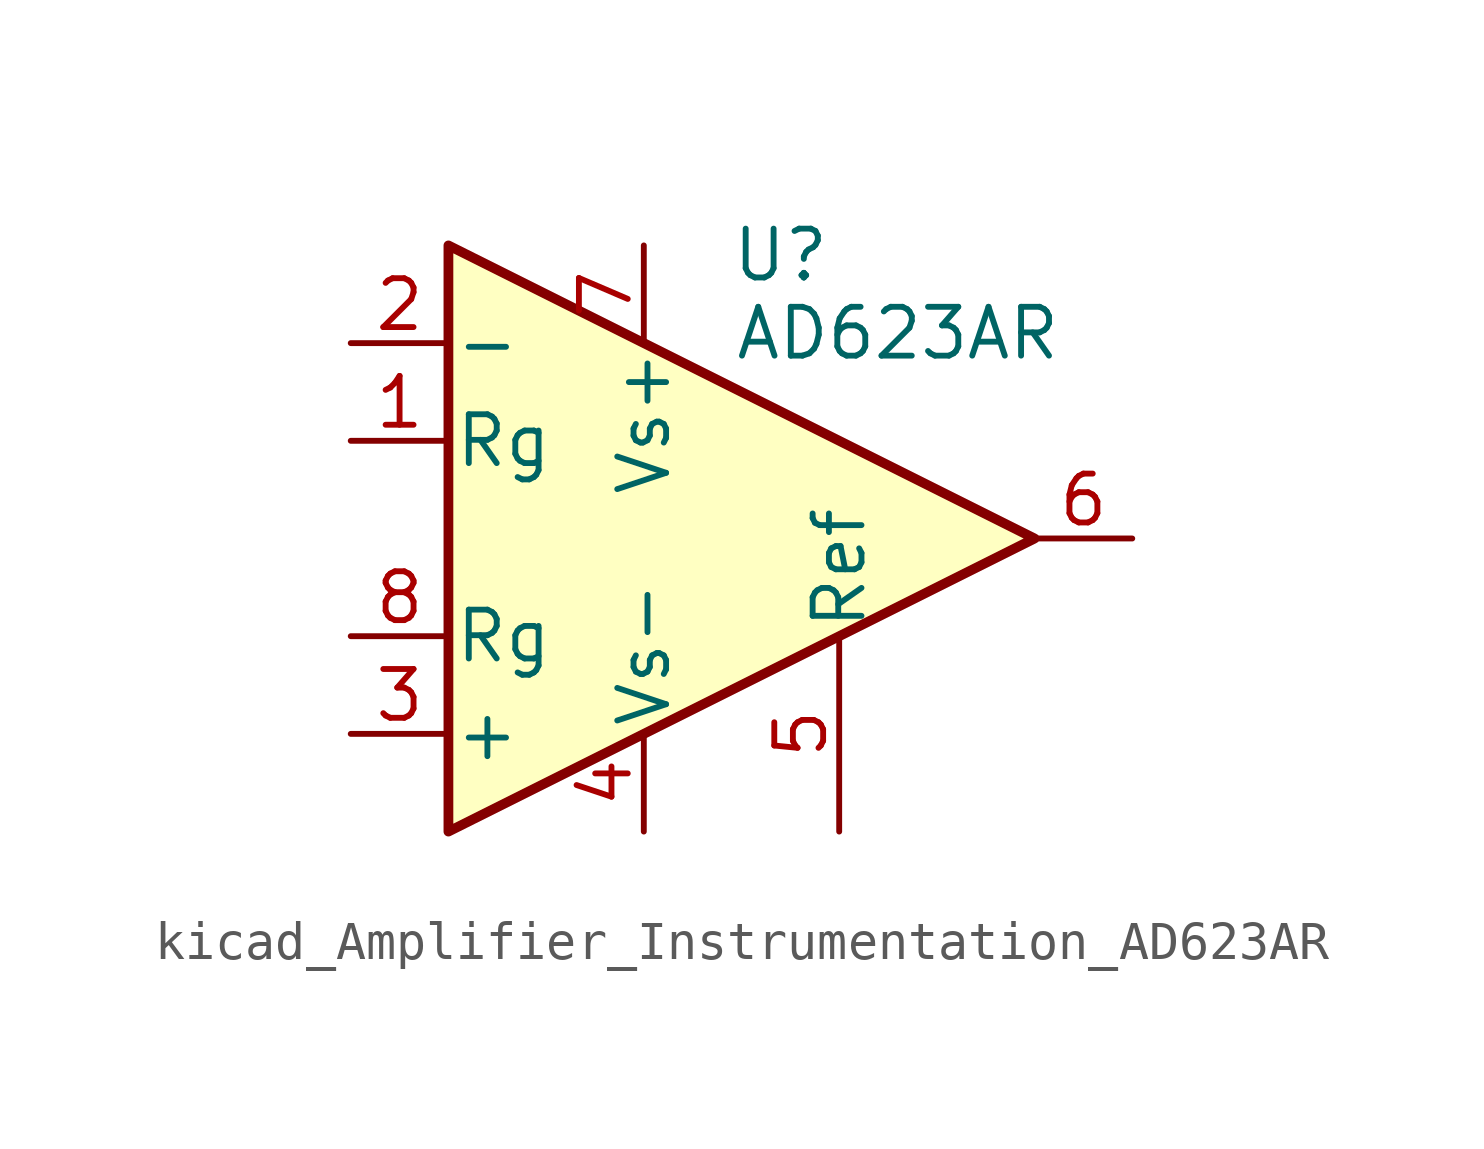
<source format=kicad_sym>
(kicad_symbol_lib
  (version 20220914)
  (generator kicad_symbol_editor)
  (symbol "kicad_Amplifier_Instrumentation_AD623AR"
    (pin_names
      (offset 0.127))
    (property "Reference" "U"
      (at 3.556 7.366 0)
      (effects (font (size 1.27 1.27))))
    (property "Value" "AD623AR"
      (at 6.604 5.334 0)
      (effects (font (size 1.27 1.27))))
    (symbol "kicad_Amplifier_Instrumentation_AD623AR_0_1"
      (polyline (pts (xy -5.08 7.62) (xy -5.08 -7.62) (xy 10.16 0) (xy -5.08 7.62)) (stroke (width 0.254) (type default)) (fill (type background))))
    (symbol "kicad_Amplifier_Instrumentation_AD623AR_1_1"
      (pin passive line (at -7.62 2.54 0) (length 2.54) (name "Rg" (effects (font (size 1.27 1.27)))) (number "1" (effects (font (size 1.27 1.27)))))
      (pin input line (at -7.62 5.08 0) (length 2.54) (name "-" (effects (font (size 1.27 1.27)))) (number "2" (effects (font (size 1.27 1.27)))))
      (pin input line (at -7.62 -5.08 0) (length 2.54) (name "+" (effects (font (size 1.27 1.27)))) (number "3" (effects (font (size 1.27 1.27)))))
      (pin power_in line (at 0 -7.62 90) (length 2.54) (name "Vs-" (effects (font (size 1.27 1.27)))) (number "4" (effects (font (size 1.27 1.27)))))
      (pin passive line (at 5.08 -7.62 90) (length 5.08) (name "Ref" (effects (font (size 1.27 1.27)))) (number "5" (effects (font (size 1.27 1.27)))))
      (pin output line (at 12.7 0 180) (length 2.54) (name "~" (effects (font (size 1.27 1.27)))) (number "6" (effects (font (size 1.27 1.27)))))
      (pin power_in line (at 0 7.62 270) (length 2.54) (name "Vs+" (effects (font (size 1.27 1.27)))) (number "7" (effects (font (size 1.27 1.27)))))
      (pin passive line (at -7.62 -2.54 0) (length 2.54) (name "Rg" (effects (font (size 1.27 1.27)))) (number "8" (effects (font (size 1.27 1.27))))))))
</source>
